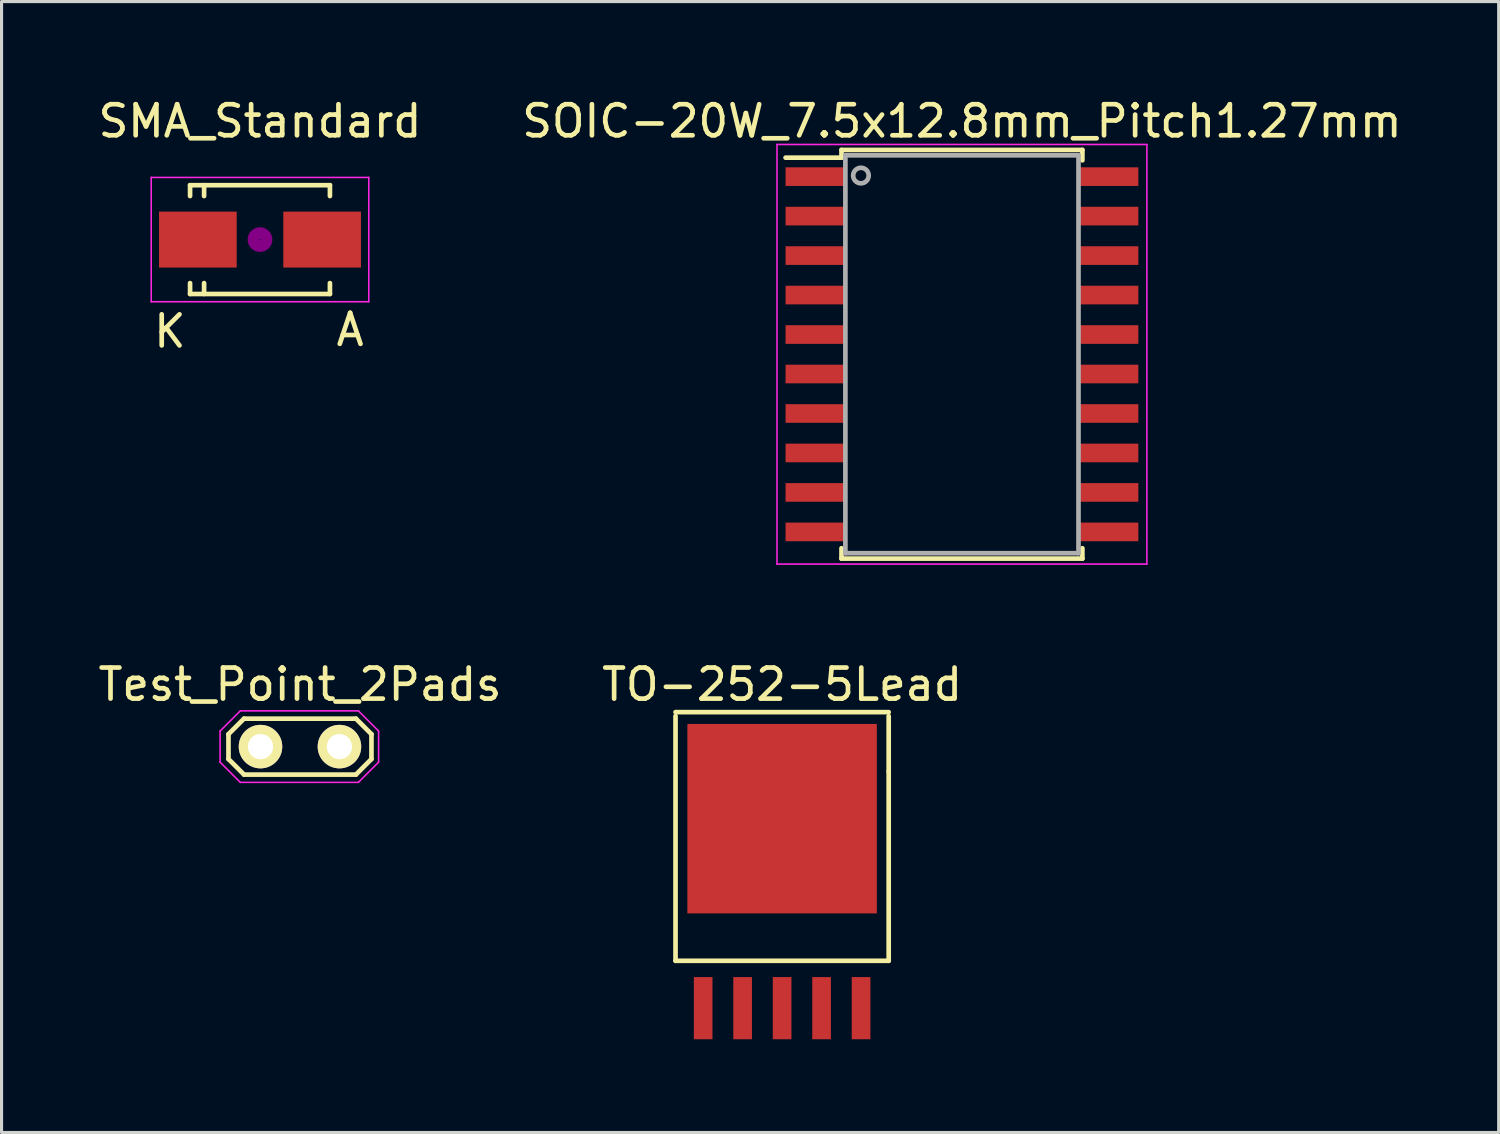
<source format=kicad_pcb>
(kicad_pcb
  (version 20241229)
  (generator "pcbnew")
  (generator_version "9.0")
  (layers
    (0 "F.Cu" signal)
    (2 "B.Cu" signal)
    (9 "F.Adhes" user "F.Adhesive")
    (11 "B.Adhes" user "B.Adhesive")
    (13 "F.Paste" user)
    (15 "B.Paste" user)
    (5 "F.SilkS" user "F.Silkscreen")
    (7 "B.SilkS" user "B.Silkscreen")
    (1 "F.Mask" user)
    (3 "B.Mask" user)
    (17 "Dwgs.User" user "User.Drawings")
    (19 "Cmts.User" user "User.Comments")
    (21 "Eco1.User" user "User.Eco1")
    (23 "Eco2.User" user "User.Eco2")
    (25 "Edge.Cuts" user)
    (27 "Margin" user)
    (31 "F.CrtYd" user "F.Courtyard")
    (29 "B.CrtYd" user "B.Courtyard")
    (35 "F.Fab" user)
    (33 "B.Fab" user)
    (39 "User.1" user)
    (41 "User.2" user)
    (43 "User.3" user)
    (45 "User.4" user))
  (footprint "SMA_Standard"
    (layer "F.Cu")
    (at 5.315 4.658)
    (property "Reference" "SMA_Standard" (at 0 -3.81 0) (layer "F.SilkS") (effects (font (size 1 1) (thickness 0.15))))
    (attr smd)
    (fp_line (start -2.25 -1.75) (end -2.25 -1.4) (stroke (width 0.15) (type solid)) (layer "F.SilkS"))
    (fp_line (start -2.25 -1.75) (end 2.25 -1.75) (stroke (width 0.15) (type solid)) (layer "F.SilkS"))
    (fp_line (start -2.25 1.75) (end -2.25 1.4) (stroke (width 0.15) (type solid)) (layer "F.SilkS"))
    (fp_line (start -2.25 1.75) (end 2.25 1.75) (stroke (width 0.15) (type solid)) (layer "F.SilkS"))
    (fp_line (start -1.799 -1.75) (end -1.799 -1.4) (stroke (width 0.15) (type solid)) (layer "F.SilkS"))
    (fp_line (start -1.799 1.75) (end -1.799 1.4) (stroke (width 0.15) (type solid)) (layer "F.SilkS"))
    (fp_line (start 2.25 -1.75) (end 2.25 -1.4) (stroke (width 0.15) (type solid)) (layer "F.SilkS"))
    (fp_line (start 2.25 1.75) (end 2.25 1.4) (stroke (width 0.15) (type solid)) (layer "F.SilkS"))
    (fp_circle (center 0 0) (end 0.201 -0.051) (stroke (width 0.381) (type solid)) (fill no) (layer "F.Adhes"))
    (fp_line (start -3.5 -2) (end 3.5 -2) (stroke (width 0.05) (type solid)) (layer "F.CrtYd"))
    (fp_line (start -3.5 2) (end -3.5 -2) (stroke (width 0.05) (type solid)) (layer "F.CrtYd"))
    (fp_line (start 3.5 -2) (end 3.5 2) (stroke (width 0.05) (type solid)) (layer "F.CrtYd"))
    (fp_line (start 3.5 2) (end -3.5 2) (stroke (width 0.05) (type solid)) (layer "F.CrtYd"))
    (fp_text user "A" (at 2.9 2.9 0) (layer "F.SilkS") (effects (font (size 1 1) (thickness 0.15))))
    (fp_text user "K" (at -2.9 2.95 0) (layer "F.SilkS") (effects (font (size 1 1) (thickness 0.15))))
    (pad "1" smd rect (at -1.999 0) (size 2.499 1.801) (layers "F.Cu" "F.Mask" "F.Paste"))
    (pad "2" smd rect (at 1.999 0) (size 2.499 1.801) (layers "F.Cu" "F.Mask" "F.Paste")))
  (footprint "SOIC-20W_7.5x12.8mm_Pitch1.27mm"
    (layer "F.Cu")
    (at 27.899 8.348)
    (property "Reference" "SOIC-20W_7.5x12.8mm_Pitch1.27mm" (at 0 -7.5 0) (layer "F.SilkS") (effects (font (size 1 1) (thickness 0.15))))
    (attr smd)
    (fp_line (start -3.875 -6.575) (end -3.875 -6.325) (stroke (width 0.15) (type solid)) (layer "F.SilkS"))
    (fp_line (start -3.875 -6.575) (end 3.875 -6.575) (stroke (width 0.15) (type solid)) (layer "F.SilkS"))
    (fp_line (start -3.875 -6.325) (end -5.675 -6.325) (stroke (width 0.15) (type solid)) (layer "F.SilkS"))
    (fp_line (start -3.875 6.575) (end -3.875 6.24) (stroke (width 0.15) (type solid)) (layer "F.SilkS"))
    (fp_line (start -3.875 6.575) (end 3.875 6.575) (stroke (width 0.15) (type solid)) (layer "F.SilkS"))
    (fp_line (start 3.875 -6.575) (end 3.875 -6.24) (stroke (width 0.15) (type solid)) (layer "F.SilkS"))
    (fp_line (start 3.875 6.575) (end 3.875 6.24) (stroke (width 0.15) (type solid)) (layer "F.SilkS"))
    (fp_line (start -5.95 -6.75) (end -5.95 6.75) (stroke (width 0.05) (type solid)) (layer "F.CrtYd"))
    (fp_line (start -5.95 -6.75) (end 5.95 -6.75) (stroke (width 0.05) (type solid)) (layer "F.CrtYd"))
    (fp_line (start -5.95 6.75) (end 5.95 6.75) (stroke (width 0.05) (type solid)) (layer "F.CrtYd"))
    (fp_line (start 5.95 -6.75) (end 5.95 6.75) (stroke (width 0.05) (type solid)) (layer "F.CrtYd"))
    (fp_line (start -3.75 -6.4) (end -3.75 6.4) (stroke (width 0.15) (type solid)) (layer "F.Fab"))
    (fp_line (start -3.75 6.4) (end 3.75 6.4) (stroke (width 0.15) (type solid)) (layer "F.Fab"))
    (fp_line (start 3.75 -6.4) (end -3.75 -6.4) (stroke (width 0.15) (type solid)) (layer "F.Fab"))
    (fp_line (start 3.75 6.4) (end 3.75 -6.4) (stroke (width 0.15) (type solid)) (layer "F.Fab"))
    (fp_circle (center -3.25 -5.75) (end -3.5 -5.75) (stroke (width 0.15) (type solid)) (fill no) (layer "F.Fab"))
    (pad "1" smd rect (at -4.7 -5.715) (size 1.95 0.6) (layers "F.Cu" "F.Mask" "F.Paste"))
    (pad "2" smd rect (at -4.7 -4.445) (size 1.95 0.6) (layers "F.Cu" "F.Mask" "F.Paste"))
    (pad "3" smd rect (at -4.7 -3.175) (size 1.95 0.6) (layers "F.Cu" "F.Mask" "F.Paste"))
    (pad "4" smd rect (at -4.7 -1.905) (size 1.95 0.6) (layers "F.Cu" "F.Mask" "F.Paste"))
    (pad "5" smd rect (at -4.7 -0.635) (size 1.95 0.6) (layers "F.Cu" "F.Mask" "F.Paste"))
    (pad "6" smd rect (at -4.7 0.635) (size 1.95 0.6) (layers "F.Cu" "F.Mask" "F.Paste"))
    (pad "7" smd rect (at -4.7 1.905) (size 1.95 0.6) (layers "F.Cu" "F.Mask" "F.Paste"))
    (pad "8" smd rect (at -4.7 3.175) (size 1.95 0.6) (layers "F.Cu" "F.Mask" "F.Paste"))
    (pad "9" smd rect (at -4.7 4.445) (size 1.95 0.6) (layers "F.Cu" "F.Mask" "F.Paste"))
    (pad "10" smd rect (at -4.7 5.715) (size 1.95 0.6) (layers "F.Cu" "F.Mask" "F.Paste"))
    (pad "11" smd rect (at 4.7 5.715) (size 1.95 0.6) (layers "F.Cu" "F.Mask" "F.Paste"))
    (pad "12" smd rect (at 4.7 4.445) (size 1.95 0.6) (layers "F.Cu" "F.Mask" "F.Paste"))
    (pad "13" smd rect (at 4.7 3.175) (size 1.95 0.6) (layers "F.Cu" "F.Mask" "F.Paste"))
    (pad "14" smd rect (at 4.7 1.905) (size 1.95 0.6) (layers "F.Cu" "F.Mask" "F.Paste"))
    (pad "15" smd rect (at 4.7 0.635) (size 1.95 0.6) (layers "F.Cu" "F.Mask" "F.Paste"))
    (pad "16" smd rect (at 4.7 -0.635) (size 1.95 0.6) (layers "F.Cu" "F.Mask" "F.Paste"))
    (pad "17" smd rect (at 4.7 -1.905) (size 1.95 0.6) (layers "F.Cu" "F.Mask" "F.Paste"))
    (pad "18" smd rect (at 4.7 -3.175) (size 1.95 0.6) (layers "F.Cu" "F.Mask" "F.Paste"))
    (pad "19" smd rect (at 4.7 -4.445) (size 1.95 0.6) (layers "F.Cu" "F.Mask" "F.Paste"))
    (pad "20" smd rect (at 4.7 -5.715) (size 1.95 0.6) (layers "F.Cu" "F.Mask" "F.Paste")))
  (footprint "TO-252-5Lead"
    (layer "F.Cu")
    (at 22.113 23.29)
    (property "Reference" "TO-252-5Lead" (at 0 -4.318 0) (layer "F.SilkS") (effects (font (size 1 1) (thickness 0.15))))
    (attr smd)
    (fp_line (start -3.429 -3.429) (end 3.429 -3.429) (stroke (width 0.15) (type solid)) (layer "F.SilkS"))
    (fp_line (start -3.429 4.572) (end -3.429 -3.302) (stroke (width 0.15) (type solid)) (layer "F.SilkS"))
    (fp_line (start 3.429 -3.302) (end 3.429 -1.524) (stroke (width 0.15) (type solid)) (layer "F.SilkS"))
    (fp_line (start 3.429 -1.524) (end 3.429 4.572) (stroke (width 0.15) (type solid)) (layer "F.SilkS"))
    (fp_line (start 3.429 4.572) (end -3.429 4.572) (stroke (width 0.15) (type solid)) (layer "F.SilkS"))
    (pad "1" smd rect (at -2.54 6.096) (size 0.6 2) (layers "F.Cu" "F.Mask" "F.Paste"))
    (pad "2" smd rect (at -1.27 6.096) (size 0.6 2) (layers "F.Cu" "F.Mask" "F.Paste"))
    (pad "3" smd rect (at 0 0) (size 6.096 6.096) (layers "F.Cu" "F.Mask" "F.Paste"))
    (pad "3" smd rect (at 0 6.096) (size 0.6 2) (layers "F.Cu" "F.Mask" "F.Paste"))
    (pad "4" smd rect (at 1.27 6.096) (size 0.6 2) (layers "F.Cu" "F.Mask" "F.Paste"))
    (pad "5" smd rect (at 2.54 6.096) (size 0.6 2) (layers "F.Cu" "F.Mask" "F.Paste")))
  (footprint "Test_Point_2Pads"
    (layer "F.Cu")
    (at 5.331 20.971)
    (property "Reference" "Test_Point_2Pads" (at 1.27 -2 0) (layer "F.SilkS") (effects (font (size 1 1) (thickness 0.15))))
    (attr exclude_from_pos_files exclude_from_bom)
    (fp_line (start -1.03 -0.4) (end -0.53 -0.9) (stroke (width 0.15) (type solid)) (layer "F.SilkS"))
    (fp_line (start -1.03 0.4) (end -1.03 -0.4) (stroke (width 0.15) (type solid)) (layer "F.SilkS"))
    (fp_line (start -0.53 -0.9) (end 3.07 -0.9) (stroke (width 0.15) (type solid)) (layer "F.SilkS"))
    (fp_line (start -0.53 0.9) (end -1.03 0.4) (stroke (width 0.15) (type solid)) (layer "F.SilkS"))
    (fp_line (start 3.07 -0.9) (end 3.57 -0.4) (stroke (width 0.15) (type solid)) (layer "F.SilkS"))
    (fp_line (start 3.07 0.9) (end -0.53 0.9) (stroke (width 0.15) (type solid)) (layer "F.SilkS"))
    (fp_line (start 3.57 -0.4) (end 3.57 0.4) (stroke (width 0.15) (type solid)) (layer "F.SilkS"))
    (fp_line (start 3.57 0.4) (end 3.07 0.9) (stroke (width 0.15) (type solid)) (layer "F.SilkS"))
    (fp_line (start -1.3 -0.5) (end -1.3 0.5) (stroke (width 0.05) (type solid)) (layer "F.CrtYd"))
    (fp_line (start -1.3 0.5) (end -0.65 1.15) (stroke (width 0.05) (type solid)) (layer "F.CrtYd"))
    (fp_line (start -0.65 -1.15) (end -1.3 -0.5) (stroke (width 0.05) (type solid)) (layer "F.CrtYd"))
    (fp_line (start -0.65 1.15) (end 3.15 1.15) (stroke (width 0.05) (type solid)) (layer "F.CrtYd"))
    (fp_line (start 3.15 -1.15) (end -0.65 -1.15) (stroke (width 0.05) (type solid)) (layer "F.CrtYd"))
    (fp_line (start 3.15 1.15) (end 3.8 0.5) (stroke (width 0.05) (type solid)) (layer "F.CrtYd"))
    (fp_line (start 3.8 -0.5) (end 3.15 -1.15) (stroke (width 0.05) (type solid)) (layer "F.CrtYd"))
    (fp_line (start 3.8 0.5) (end 3.8 -0.5) (stroke (width 0.05) (type solid)) (layer "F.CrtYd"))
    (pad "1" thru_hole circle (at 0 0) (size 1.4 1.4) (drill 0.813) (layers "*.Cu" "*.Mask" "F.SilkS"))
    (pad "2" thru_hole circle (at 2.54 0) (size 1.4 1.4) (drill 0.813) (layers "*.Cu" "*.Mask" "F.SilkS")))
  (gr_rect
    (start -3 -3)
    (end 45.167 33.386)
    (stroke (width 0.1) (type default))
    (fill no)
    (layer "Edge.Cuts")))
</source>
